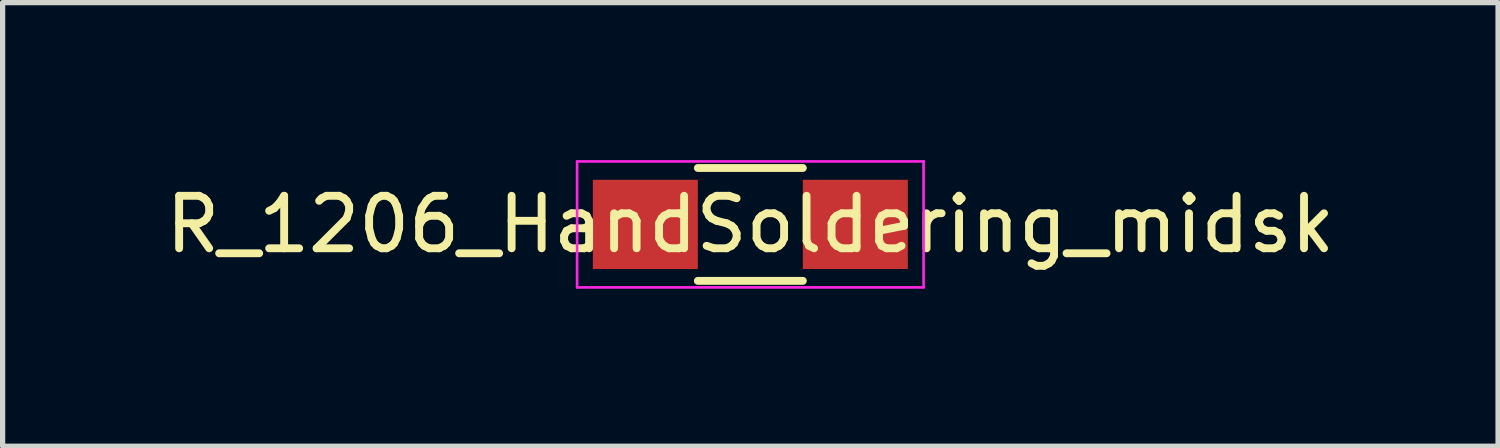
<source format=kicad_pcb>
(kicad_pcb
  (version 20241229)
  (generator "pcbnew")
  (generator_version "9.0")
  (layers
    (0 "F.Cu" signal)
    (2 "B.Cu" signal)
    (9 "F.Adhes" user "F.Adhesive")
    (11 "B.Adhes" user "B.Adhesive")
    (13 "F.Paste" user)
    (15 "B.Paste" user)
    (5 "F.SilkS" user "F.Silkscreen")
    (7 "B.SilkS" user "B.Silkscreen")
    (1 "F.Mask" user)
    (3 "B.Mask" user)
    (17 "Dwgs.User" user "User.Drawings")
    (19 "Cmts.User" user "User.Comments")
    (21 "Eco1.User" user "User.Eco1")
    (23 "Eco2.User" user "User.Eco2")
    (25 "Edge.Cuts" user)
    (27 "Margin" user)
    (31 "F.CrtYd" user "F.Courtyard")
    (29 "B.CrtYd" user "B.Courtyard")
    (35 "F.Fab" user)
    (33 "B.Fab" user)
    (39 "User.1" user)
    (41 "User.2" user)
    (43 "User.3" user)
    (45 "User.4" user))
  (footprint "R_1206_HandSoldering_midsk"
    (layer "F.Cu")
    (at 11.244 1.225)
    (property "Reference" "R_1206_HandSoldering_midsk" (at 0 0 0) (layer "F.SilkS") (effects (font (size 1 1) (thickness 0.15))))
    (attr smd)
    (fp_line (start -1 -1.075) (end 1 -1.075) (stroke (width 0.15) (type solid)) (layer "F.SilkS"))
    (fp_line (start 1 1.075) (end -1 1.075) (stroke (width 0.15) (type solid)) (layer "F.SilkS"))
    (fp_line (start -3.3 -1.2) (end -3.3 1.2) (stroke (width 0.05) (type solid)) (layer "F.CrtYd"))
    (fp_line (start -3.3 -1.2) (end 3.3 -1.2) (stroke (width 0.05) (type solid)) (layer "F.CrtYd"))
    (fp_line (start -3.3 1.2) (end 3.3 1.2) (stroke (width 0.05) (type solid)) (layer "F.CrtYd"))
    (fp_line (start 3.3 -1.2) (end 3.3 1.2) (stroke (width 0.05) (type solid)) (layer "F.CrtYd"))
    (pad "1" smd rect (at -2 0) (size 2 1.7) (layers "F.Cu" "F.Mask" "F.Paste"))
    (pad "2" smd rect (at 2 0) (size 2 1.7) (layers "F.Cu" "F.Mask" "F.Paste")))
  (gr_rect
    (start -3 -3)
    (end 25.488 5.45)
    (stroke (width 0.1) (type default))
    (fill no)
    (layer "Edge.Cuts")))
</source>
